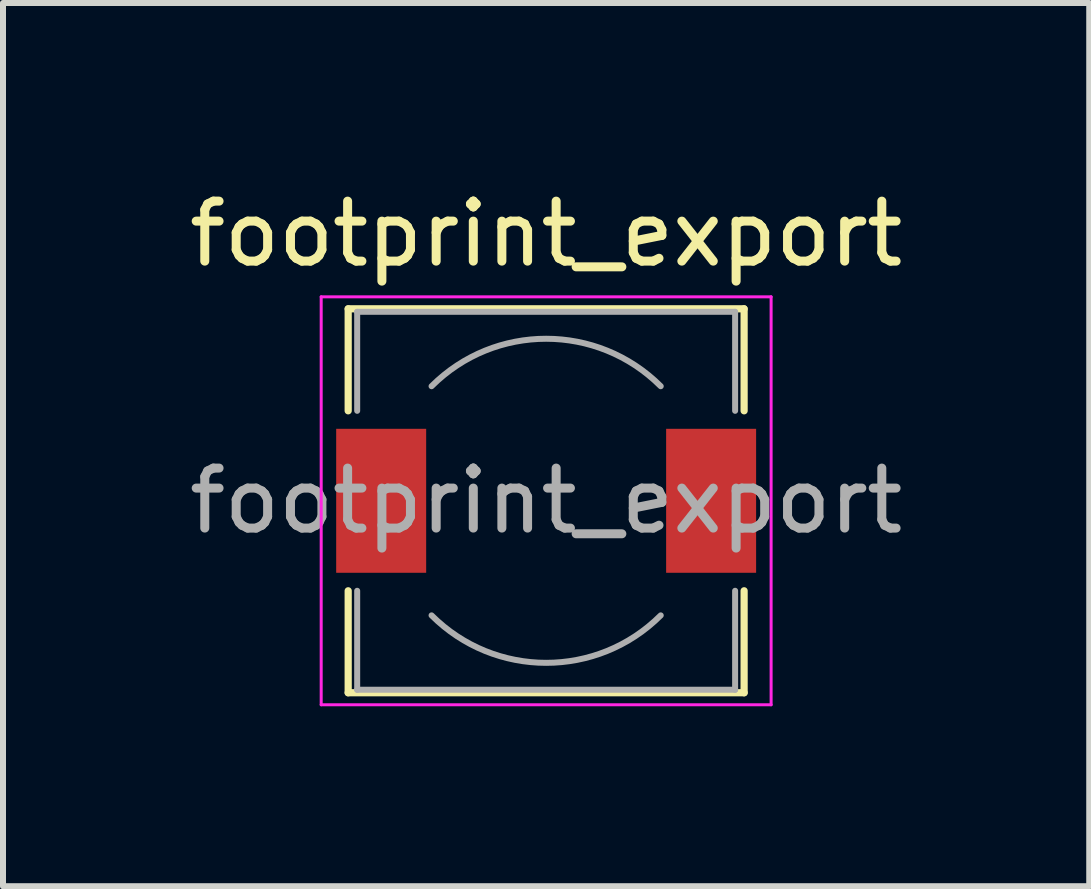
<source format=kicad_pcb>
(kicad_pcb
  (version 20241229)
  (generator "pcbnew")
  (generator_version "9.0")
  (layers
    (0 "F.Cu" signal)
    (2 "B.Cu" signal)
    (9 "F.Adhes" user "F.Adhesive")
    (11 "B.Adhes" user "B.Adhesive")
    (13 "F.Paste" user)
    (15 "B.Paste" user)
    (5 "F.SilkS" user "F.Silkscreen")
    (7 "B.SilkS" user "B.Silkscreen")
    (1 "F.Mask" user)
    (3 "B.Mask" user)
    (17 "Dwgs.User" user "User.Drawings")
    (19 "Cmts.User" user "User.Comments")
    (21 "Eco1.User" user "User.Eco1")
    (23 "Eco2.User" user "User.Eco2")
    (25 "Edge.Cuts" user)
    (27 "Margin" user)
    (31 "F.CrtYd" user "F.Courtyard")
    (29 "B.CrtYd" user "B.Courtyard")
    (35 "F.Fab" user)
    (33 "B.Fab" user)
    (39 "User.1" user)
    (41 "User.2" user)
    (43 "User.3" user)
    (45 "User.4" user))
  (footprint "footprint_export"
    (layer "F.Cu")
    (at 6.054 5.298)
    (property "Reference" "footprint_export" (at 0 -4.45 0) (layer "F.SilkS") (effects (font (size 1 1) (thickness 0.15))))
    (attr smd)
    (fp_line (start -3.3 -3.2) (end 3.3 -3.2) (stroke (width 0.12) (type solid)) (layer "F.SilkS"))
    (fp_line (start -3.3 -1.5) (end -3.3 -3.2) (stroke (width 0.12) (type solid)) (layer "F.SilkS"))
    (fp_line (start -3.3 3.2) (end -3.3 1.5) (stroke (width 0.12) (type solid)) (layer "F.SilkS"))
    (fp_line (start 3.3 -3.2) (end 3.3 -1.5) (stroke (width 0.12) (type solid)) (layer "F.SilkS"))
    (fp_line (start 3.3 1.5) (end 3.3 3.2) (stroke (width 0.12) (type solid)) (layer "F.SilkS"))
    (fp_line (start 3.3 3.2) (end -3.3 3.2) (stroke (width 0.12) (type solid)) (layer "F.SilkS"))
    (fp_line (start -3.75 -3.4) (end -3.75 3.4) (stroke (width 0.05) (type solid)) (layer "F.CrtYd"))
    (fp_line (start -3.75 3.4) (end 3.75 3.4) (stroke (width 0.05) (type solid)) (layer "F.CrtYd"))
    (fp_line (start 3.75 -3.4) (end -3.75 -3.4) (stroke (width 0.05) (type solid)) (layer "F.CrtYd"))
    (fp_line (start 3.75 3.4) (end 3.75 -3.4) (stroke (width 0.05) (type solid)) (layer "F.CrtYd"))
    (fp_line (start -3.15 -3.15) (end -3.15 -1.5) (stroke (width 0.1) (type solid)) (layer "F.Fab"))
    (fp_line (start -3.15 -3.15) (end 3.15 -3.15) (stroke (width 0.1) (type solid)) (layer "F.Fab"))
    (fp_line (start -3.15 3.15) (end -3.15 1.5) (stroke (width 0.1) (type solid)) (layer "F.Fab"))
    (fp_line (start -3.15 3.15) (end 3.15 3.15) (stroke (width 0.1) (type solid)) (layer "F.Fab"))
    (fp_line (start 3.15 -3.15) (end 3.15 -1.5) (stroke (width 0.1) (type solid)) (layer "F.Fab"))
    (fp_line (start 3.15 3.15) (end 3.15 1.5) (stroke (width 0.1) (type solid)) (layer "F.Fab"))
    (fp_arc (start -1.91 -1.91) (mid 0 -2.701148) (end 1.91 -1.91) (stroke (width 0.1) (type solid)) (layer "F.Fab"))
    (fp_arc (start 1.91 1.91) (mid 0 2.701148) (end -1.91 1.91) (stroke (width 0.1) (type solid)) (layer "F.Fab"))
    (fp_text user "${REFERENCE}" (at 0 0 0) (layer "F.Fab") (effects (font (size 1 1) (thickness 0.15))))
    (pad "1" smd rect (at -2.75 0) (size 1.5 2.4) (layers "F.Cu" "F.Mask" "F.Paste"))
    (pad "2" smd rect (at 2.75 0) (size 1.5 2.4) (layers "F.Cu" "F.Mask" "F.Paste")))
  (gr_rect
    (start -3 -3)
    (end 15.107 11.723)
    (stroke (width 0.1) (type default))
    (fill no)
    (layer "Edge.Cuts")))
</source>
